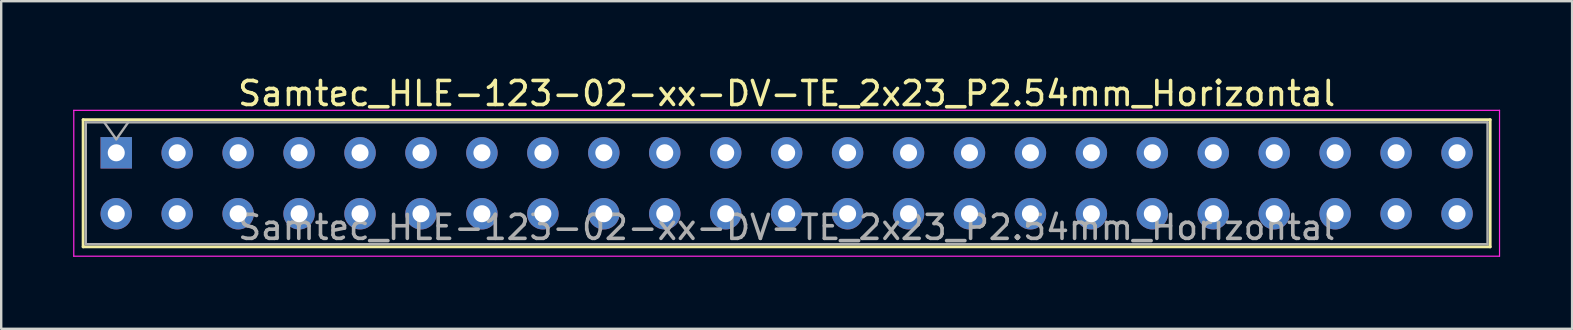
<source format=kicad_pcb>
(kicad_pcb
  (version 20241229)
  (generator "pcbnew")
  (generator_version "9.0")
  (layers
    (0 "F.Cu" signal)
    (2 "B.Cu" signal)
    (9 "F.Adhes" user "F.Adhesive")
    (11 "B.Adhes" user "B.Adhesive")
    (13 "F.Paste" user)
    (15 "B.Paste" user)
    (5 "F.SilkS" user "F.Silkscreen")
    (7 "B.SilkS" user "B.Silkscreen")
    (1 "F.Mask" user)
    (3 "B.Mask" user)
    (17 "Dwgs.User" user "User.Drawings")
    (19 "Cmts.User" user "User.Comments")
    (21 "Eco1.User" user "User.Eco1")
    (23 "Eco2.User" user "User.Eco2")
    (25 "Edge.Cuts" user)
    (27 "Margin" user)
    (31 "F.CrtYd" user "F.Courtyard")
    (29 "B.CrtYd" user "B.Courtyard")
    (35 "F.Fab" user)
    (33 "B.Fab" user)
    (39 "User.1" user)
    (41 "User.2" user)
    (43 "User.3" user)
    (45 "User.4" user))
  (footprint "Samtec_HLE-123-02-xx-DV-TE_2x23_P2.54mm_Horizontal"
    (layer "F.Cu")
    (at 1.795 3.318)
    (property "Reference" "Samtec_HLE-123-02-xx-DV-TE_2x23_P2.54mm_Horizontal" (at 27.94 -2.47 0) (layer "F.SilkS") (effects (font (size 1 1) (thickness 0.15))))
    (attr through_hole)
    (fp_line (start -1.38 -1.38) (end 57.26 -1.38) (stroke (width 0.12) (type solid)) (layer "F.SilkS"))
    (fp_line (start -1.38 3.92) (end -1.38 -1.38) (stroke (width 0.12) (type solid)) (layer "F.SilkS"))
    (fp_line (start 57.26 -1.38) (end 57.26 3.92) (stroke (width 0.12) (type solid)) (layer "F.SilkS"))
    (fp_line (start 57.26 3.92) (end -1.38 3.92) (stroke (width 0.12) (type solid)) (layer "F.SilkS"))
    (fp_line (start -1.77 -1.77) (end 57.65 -1.77) (stroke (width 0.05) (type solid)) (layer "F.CrtYd"))
    (fp_line (start -1.77 4.31) (end -1.77 -1.77) (stroke (width 0.05) (type solid)) (layer "F.CrtYd"))
    (fp_line (start 57.65 -1.77) (end 57.65 4.31) (stroke (width 0.05) (type solid)) (layer "F.CrtYd"))
    (fp_line (start 57.65 4.31) (end -1.77 4.31) (stroke (width 0.05) (type solid)) (layer "F.CrtYd"))
    (fp_line (start -1.27 -1.27) (end 57.15 -1.27) (stroke (width 0.1) (type solid)) (layer "F.Fab"))
    (fp_line (start -1.27 3.81) (end -1.27 -1.27) (stroke (width 0.1) (type solid)) (layer "F.Fab"))
    (fp_line (start -0.5 -1.27) (end 0 -0.563) (stroke (width 0.1) (type solid)) (layer "F.Fab"))
    (fp_line (start 0 -0.563) (end 0.5 -1.27) (stroke (width 0.1) (type solid)) (layer "F.Fab"))
    (fp_line (start 57.15 -1.27) (end 57.15 3.81) (stroke (width 0.1) (type solid)) (layer "F.Fab"))
    (fp_line (start 57.15 3.81) (end -1.27 3.81) (stroke (width 0.1) (type solid)) (layer "F.Fab"))
    (fp_text user "${REFERENCE}" (at 27.94 3.11 0) (layer "F.Fab") (effects (font (size 1 1) (thickness 0.15))))
    (pad "1" thru_hole rect (at 0 0) (size 1.31 1.31) (drill 0.71) (layers "*.Cu" "*.Mask"))
    (pad "2" thru_hole circle (at 0 2.54) (size 1.31 1.31) (drill 0.71) (layers "*.Cu" "*.Mask"))
    (pad "3" thru_hole circle (at 2.54 0) (size 1.31 1.31) (drill 0.71) (layers "*.Cu" "*.Mask"))
    (pad "4" thru_hole circle (at 2.54 2.54) (size 1.31 1.31) (drill 0.71) (layers "*.Cu" "*.Mask"))
    (pad "5" thru_hole circle (at 5.08 0) (size 1.31 1.31) (drill 0.71) (layers "*.Cu" "*.Mask"))
    (pad "6" thru_hole circle (at 5.08 2.54) (size 1.31 1.31) (drill 0.71) (layers "*.Cu" "*.Mask"))
    (pad "7" thru_hole circle (at 7.62 0) (size 1.31 1.31) (drill 0.71) (layers "*.Cu" "*.Mask"))
    (pad "8" thru_hole circle (at 7.62 2.54) (size 1.31 1.31) (drill 0.71) (layers "*.Cu" "*.Mask"))
    (pad "9" thru_hole circle (at 10.16 0) (size 1.31 1.31) (drill 0.71) (layers "*.Cu" "*.Mask"))
    (pad "10" thru_hole circle (at 10.16 2.54) (size 1.31 1.31) (drill 0.71) (layers "*.Cu" "*.Mask"))
    (pad "11" thru_hole circle (at 12.7 0) (size 1.31 1.31) (drill 0.71) (layers "*.Cu" "*.Mask"))
    (pad "12" thru_hole circle (at 12.7 2.54) (size 1.31 1.31) (drill 0.71) (layers "*.Cu" "*.Mask"))
    (pad "13" thru_hole circle (at 15.24 0) (size 1.31 1.31) (drill 0.71) (layers "*.Cu" "*.Mask"))
    (pad "14" thru_hole circle (at 15.24 2.54) (size 1.31 1.31) (drill 0.71) (layers "*.Cu" "*.Mask"))
    (pad "15" thru_hole circle (at 17.78 0) (size 1.31 1.31) (drill 0.71) (layers "*.Cu" "*.Mask"))
    (pad "16" thru_hole circle (at 17.78 2.54) (size 1.31 1.31) (drill 0.71) (layers "*.Cu" "*.Mask"))
    (pad "17" thru_hole circle (at 20.32 0) (size 1.31 1.31) (drill 0.71) (layers "*.Cu" "*.Mask"))
    (pad "18" thru_hole circle (at 20.32 2.54) (size 1.31 1.31) (drill 0.71) (layers "*.Cu" "*.Mask"))
    (pad "19" thru_hole circle (at 22.86 0) (size 1.31 1.31) (drill 0.71) (layers "*.Cu" "*.Mask"))
    (pad "20" thru_hole circle (at 22.86 2.54) (size 1.31 1.31) (drill 0.71) (layers "*.Cu" "*.Mask"))
    (pad "21" thru_hole circle (at 25.4 0) (size 1.31 1.31) (drill 0.71) (layers "*.Cu" "*.Mask"))
    (pad "22" thru_hole circle (at 25.4 2.54) (size 1.31 1.31) (drill 0.71) (layers "*.Cu" "*.Mask"))
    (pad "23" thru_hole circle (at 27.94 0) (size 1.31 1.31) (drill 0.71) (layers "*.Cu" "*.Mask"))
    (pad "24" thru_hole circle (at 27.94 2.54) (size 1.31 1.31) (drill 0.71) (layers "*.Cu" "*.Mask"))
    (pad "25" thru_hole circle (at 30.48 0) (size 1.31 1.31) (drill 0.71) (layers "*.Cu" "*.Mask"))
    (pad "26" thru_hole circle (at 30.48 2.54) (size 1.31 1.31) (drill 0.71) (layers "*.Cu" "*.Mask"))
    (pad "27" thru_hole circle (at 33.02 0) (size 1.31 1.31) (drill 0.71) (layers "*.Cu" "*.Mask"))
    (pad "28" thru_hole circle (at 33.02 2.54) (size 1.31 1.31) (drill 0.71) (layers "*.Cu" "*.Mask"))
    (pad "29" thru_hole circle (at 35.56 0) (size 1.31 1.31) (drill 0.71) (layers "*.Cu" "*.Mask"))
    (pad "30" thru_hole circle (at 35.56 2.54) (size 1.31 1.31) (drill 0.71) (layers "*.Cu" "*.Mask"))
    (pad "31" thru_hole circle (at 38.1 0) (size 1.31 1.31) (drill 0.71) (layers "*.Cu" "*.Mask"))
    (pad "32" thru_hole circle (at 38.1 2.54) (size 1.31 1.31) (drill 0.71) (layers "*.Cu" "*.Mask"))
    (pad "33" thru_hole circle (at 40.64 0) (size 1.31 1.31) (drill 0.71) (layers "*.Cu" "*.Mask"))
    (pad "34" thru_hole circle (at 40.64 2.54) (size 1.31 1.31) (drill 0.71) (layers "*.Cu" "*.Mask"))
    (pad "35" thru_hole circle (at 43.18 0) (size 1.31 1.31) (drill 0.71) (layers "*.Cu" "*.Mask"))
    (pad "36" thru_hole circle (at 43.18 2.54) (size 1.31 1.31) (drill 0.71) (layers "*.Cu" "*.Mask"))
    (pad "37" thru_hole circle (at 45.72 0) (size 1.31 1.31) (drill 0.71) (layers "*.Cu" "*.Mask"))
    (pad "38" thru_hole circle (at 45.72 2.54) (size 1.31 1.31) (drill 0.71) (layers "*.Cu" "*.Mask"))
    (pad "39" thru_hole circle (at 48.26 0) (size 1.31 1.31) (drill 0.71) (layers "*.Cu" "*.Mask"))
    (pad "40" thru_hole circle (at 48.26 2.54) (size 1.31 1.31) (drill 0.71) (layers "*.Cu" "*.Mask"))
    (pad "41" thru_hole circle (at 50.8 0) (size 1.31 1.31) (drill 0.71) (layers "*.Cu" "*.Mask"))
    (pad "42" thru_hole circle (at 50.8 2.54) (size 1.31 1.31) (drill 0.71) (layers "*.Cu" "*.Mask"))
    (pad "43" thru_hole circle (at 53.34 0) (size 1.31 1.31) (drill 0.71) (layers "*.Cu" "*.Mask"))
    (pad "44" thru_hole circle (at 53.34 2.54) (size 1.31 1.31) (drill 0.71) (layers "*.Cu" "*.Mask"))
    (pad "45" thru_hole circle (at 55.88 0) (size 1.31 1.31) (drill 0.71) (layers "*.Cu" "*.Mask"))
    (pad "46" thru_hole circle (at 55.88 2.54) (size 1.31 1.31) (drill 0.71) (layers "*.Cu" "*.Mask")))
  (gr_rect
    (start -3 -3)
    (end 62.47 10.653)
    (stroke (width 0.1) (type default))
    (fill no)
    (layer "Edge.Cuts")))
</source>
